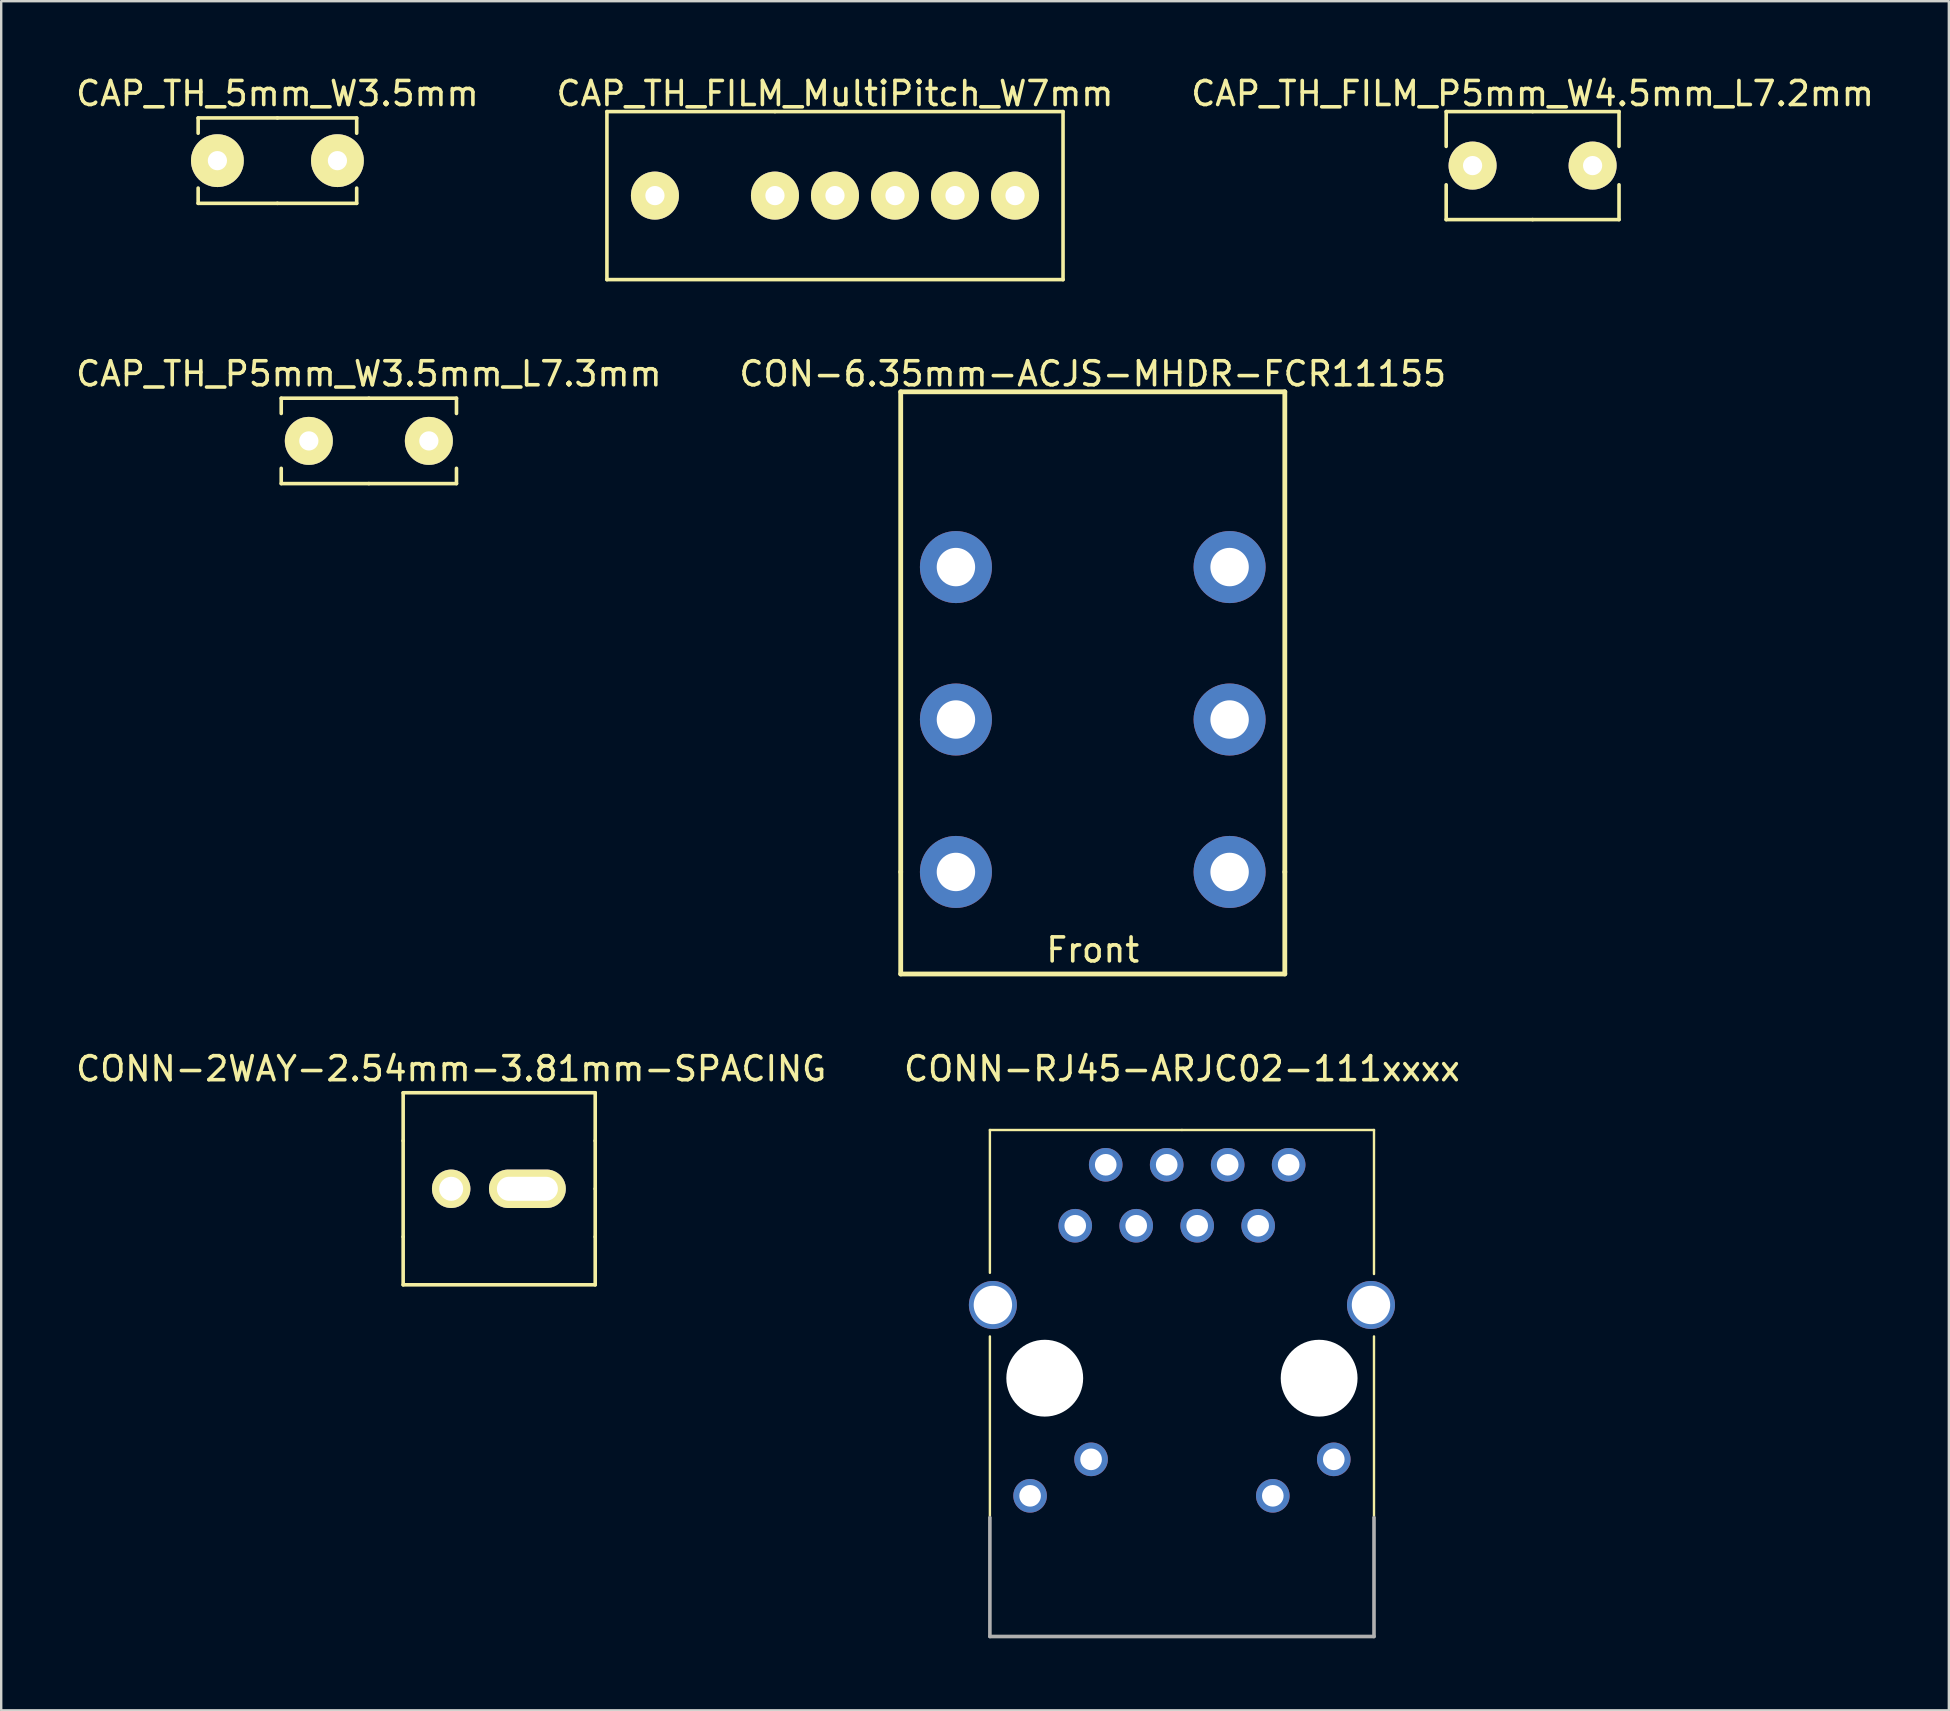
<source format=kicad_pcb>
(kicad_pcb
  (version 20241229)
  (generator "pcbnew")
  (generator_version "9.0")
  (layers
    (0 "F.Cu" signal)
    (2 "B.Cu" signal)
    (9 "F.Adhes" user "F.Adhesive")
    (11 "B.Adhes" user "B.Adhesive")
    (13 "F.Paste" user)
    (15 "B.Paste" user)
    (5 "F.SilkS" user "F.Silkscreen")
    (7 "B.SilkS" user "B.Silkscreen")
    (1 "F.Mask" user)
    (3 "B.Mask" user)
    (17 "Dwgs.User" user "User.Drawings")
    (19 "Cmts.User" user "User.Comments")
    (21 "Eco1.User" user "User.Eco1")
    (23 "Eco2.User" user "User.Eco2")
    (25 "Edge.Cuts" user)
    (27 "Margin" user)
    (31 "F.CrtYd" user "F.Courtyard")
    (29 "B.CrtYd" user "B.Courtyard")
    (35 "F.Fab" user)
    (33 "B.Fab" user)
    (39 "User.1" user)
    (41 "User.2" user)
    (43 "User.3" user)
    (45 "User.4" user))
  (footprint "CAP_TH_5mm_W3.5mm"
    (layer "F.Cu")
    (at 8.506 3.642)
    (property "Reference" "CAP_TH_5mm_W3.5mm" (at 0 -2.794 0) (layer "F.SilkS") (effects (font (size 1 1) (thickness 0.15))))
    (attr through_hole)
    (fp_line (start -3.302 -1.778) (end -3.302 -1.143) (stroke (width 0.15) (type solid)) (layer "F.SilkS"))
    (fp_line (start -3.302 1.778) (end -3.302 1.143) (stroke (width 0.15) (type solid)) (layer "F.SilkS"))
    (fp_line (start -3.302 1.778) (end 0 1.778) (stroke (width 0.15) (type solid)) (layer "F.SilkS"))
    (fp_line (start 0 -1.778) (end -3.302 -1.778) (stroke (width 0.15) (type solid)) (layer "F.SilkS"))
    (fp_line (start 0 -1.778) (end 3.302 -1.778) (stroke (width 0.15) (type solid)) (layer "F.SilkS"))
    (fp_line (start 0 1.778) (end 3.302 1.778) (stroke (width 0.15) (type solid)) (layer "F.SilkS"))
    (fp_line (start 3.302 -1.778) (end 3.302 -1.143) (stroke (width 0.15) (type solid)) (layer "F.SilkS"))
    (fp_line (start 3.302 1.778) (end 3.302 1.143) (stroke (width 0.15) (type solid)) (layer "F.SilkS"))
    (pad "1" thru_hole circle (at -2.5 0) (size 2.2 2.2) (drill 0.8) (layers "*.Cu" "*.Mask" "F.SilkS"))
    (pad "2" thru_hole circle (at 2.5 0) (size 2.2 2.2) (drill 0.8) (layers "*.Cu" "*.Mask" "F.SilkS")))
  (footprint "CONN-RJ45-ARJC02-111xxxx"
    (layer "F.Cu")
    (at 46.185 45.47)
    (property "Reference" "CONN-RJ45-ARJC02-111xxxx" (at 0 -4 0) (layer "F.SilkS") (effects (font (size 1 1) (thickness 0.15))))
    (attr through_hole)
    (fp_line (start -8 -1.45) (end -8 4.5) (stroke (width 0.1) (type solid)) (layer "F.SilkS"))
    (fp_line (start -8 7.15) (end -8 14.7) (stroke (width 0.1) (type solid)) (layer "F.SilkS"))
    (fp_line (start 0 -1.45) (end -8 -1.45) (stroke (width 0.1) (type solid)) (layer "F.SilkS"))
    (fp_line (start 0 -1.45) (end 8 -1.45) (stroke (width 0.1) (type solid)) (layer "F.SilkS"))
    (fp_line (start 8 4.55) (end 8 -1.45) (stroke (width 0.1) (type solid)) (layer "F.SilkS"))
    (fp_line (start 8 14.7) (end 8 7.15) (stroke (width 0.1) (type solid)) (layer "F.SilkS"))
    (fp_line (start -8 19.65) (end -8 14.7) (stroke (width 0.15) (type solid)) (layer "F.Fab"))
    (fp_line (start 8 14.7) (end 8 19.65) (stroke (width 0.15) (type solid)) (layer "F.Fab"))
    (fp_line (start 8 19.65) (end -8 19.65) (stroke (width 0.15) (type solid)) (layer "F.Fab"))
    (pad "" np_thru_hole circle (at -5.715 8.89) (size 3.2 3.2) (drill 3.2) (layers "*.Cu" "*.Mask"))
    (pad "" np_thru_hole circle (at 5.715 8.89) (size 3.2 3.2) (drill 3.2) (layers "*.Cu" "*.Mask"))
    (pad "1" thru_hole circle (at -4.445 2.54) (size 1.4 1.4) (drill 0.9) (layers "*.Cu" "*.Mask"))
    (pad "2" thru_hole circle (at -3.175 0) (size 1.4 1.4) (drill 0.9) (layers "*.Cu" "*.Mask"))
    (pad "3" thru_hole circle (at -1.905 2.54) (size 1.4 1.4) (drill 0.9) (layers "*.Cu" "*.Mask"))
    (pad "4" thru_hole circle (at -0.635 0) (size 1.4 1.4) (drill 0.9) (layers "*.Cu" "*.Mask"))
    (pad "5" thru_hole circle (at 0.635 2.54) (size 1.4 1.4) (drill 0.9) (layers "*.Cu" "*.Mask"))
    (pad "6" thru_hole circle (at 1.905 0) (size 1.4 1.4) (drill 0.9) (layers "*.Cu" "*.Mask"))
    (pad "7" thru_hole circle (at 3.175 2.54) (size 1.4 1.4) (drill 0.9) (layers "*.Cu" "*.Mask"))
    (pad "8" thru_hole circle (at 4.445 0) (size 1.4 1.4) (drill 0.9) (layers "*.Cu" "*.Mask"))
    (pad "9" thru_hole circle (at -6.325 13.79) (size 1.4 1.4) (drill 0.9) (layers "*.Cu" "*.Mask"))
    (pad "10" thru_hole circle (at -3.785 12.27) (size 1.4 1.4) (drill 0.9) (layers "*.Cu" "*.Mask"))
    (pad "11" thru_hole circle (at 3.785 13.79) (size 1.4 1.4) (drill 0.9) (layers "*.Cu" "*.Mask"))
    (pad "12" thru_hole circle (at 6.325 12.27) (size 1.4 1.4) (drill 0.9) (layers "*.Cu" "*.Mask"))
    (pad "13" thru_hole circle (at -7.875 5.84) (size 2 2) (drill 1.6) (layers "*.Cu" "*.Mask"))
    (pad "13" thru_hole circle (at 7.875 5.84) (size 2 2) (drill 1.6) (layers "*.Cu" "*.Mask")))
  (footprint "CAP_TH_P5mm_W3.5mm_L7.3mm"
    (layer "F.Cu")
    (at 12.315 15.316)
    (property "Reference" "CAP_TH_P5mm_W3.5mm_L7.3mm" (at 0 -2.794 0) (layer "F.SilkS") (effects (font (size 1 1) (thickness 0.15))))
    (attr through_hole)
    (fp_line (start -3.65 -1.778) (end -3.65 -1.143) (stroke (width 0.15) (type solid)) (layer "F.SilkS"))
    (fp_line (start -3.65 1.778) (end -3.65 1.143) (stroke (width 0.15) (type solid)) (layer "F.SilkS"))
    (fp_line (start -3.65 1.778) (end 0 1.778) (stroke (width 0.15) (type solid)) (layer "F.SilkS"))
    (fp_line (start 0 -1.778) (end -3.65 -1.778) (stroke (width 0.15) (type solid)) (layer "F.SilkS"))
    (fp_line (start 0 -1.778) (end 3.65 -1.778) (stroke (width 0.15) (type solid)) (layer "F.SilkS"))
    (fp_line (start 0 1.778) (end 3.65 1.778) (stroke (width 0.15) (type solid)) (layer "F.SilkS"))
    (fp_line (start 3.65 -1.778) (end 3.65 -1.143) (stroke (width 0.15) (type solid)) (layer "F.SilkS"))
    (fp_line (start 3.65 1.778) (end 3.65 1.143) (stroke (width 0.15) (type solid)) (layer "F.SilkS"))
    (pad "1" thru_hole circle (at -2.5 0) (size 2 2) (drill 0.8) (layers "*.Cu" "*.Mask" "F.SilkS"))
    (pad "2" thru_hole circle (at 2.5 0) (size 2 2) (drill 0.8) (layers "*.Cu" "*.Mask" "F.SilkS")))
  (footprint "CAP_TH_FILM_MultiPitch_W7mm"
    (layer "F.Cu")
    (at 31.732 5.098)
    (property "Reference" "CAP_TH_FILM_MultiPitch_W7mm" (at 0 -4.25 0) (layer "F.SilkS") (effects (font (size 1 1) (thickness 0.15))))
    (attr through_hole)
    (fp_line (start -9.5 -3.5) (end -2.5 -3.5) (stroke (width 0.15) (type solid)) (layer "F.SilkS"))
    (fp_line (start -9.5 3.5) (end -9.5 -3.5) (stroke (width 0.15) (type solid)) (layer "F.SilkS"))
    (fp_line (start -2.5 -3.5) (end 9.5 -3.5) (stroke (width 0.15) (type solid)) (layer "F.SilkS"))
    (fp_line (start 9.5 -3.5) (end 9.5 3.5) (stroke (width 0.15) (type solid)) (layer "F.SilkS"))
    (fp_line (start 9.5 3.5) (end -9.5 3.5) (stroke (width 0.15) (type solid)) (layer "F.SilkS"))
    (pad "1" thru_hole circle (at -7.5 0) (size 2 2) (drill 0.8) (layers "*.Cu" "*.Mask" "F.SilkS"))
    (pad "2" thru_hole circle (at -2.5 0) (size 2 2) (drill 0.8) (layers "*.Cu" "*.Mask" "F.SilkS"))
    (pad "2" thru_hole circle (at 0 0) (size 2 2) (drill 0.8) (layers "*.Cu" "*.Mask" "F.SilkS"))
    (pad "2" thru_hole circle (at 2.5 0) (size 2 2) (drill 0.8) (layers "*.Cu" "*.Mask" "F.SilkS"))
    (pad "2" thru_hole circle (at 5 0) (size 2 2) (drill 0.8) (layers "*.Cu" "*.Mask" "F.SilkS"))
    (pad "2" thru_hole circle (at 7.5 0) (size 2 2) (drill 0.8) (layers "*.Cu" "*.Mask" "F.SilkS")))
  (footprint "CON-6.35mm-ACJS-MHDR-FCR11155"
    (layer "F.Cu")
    (at 42.47 33.272)
    (property "Reference" "CON-6.35mm-ACJS-MHDR-FCR11155" (at 0 -20.75 0) (layer "F.SilkS") (effects (font (size 1 1) (thickness 0.15))))
    (attr through_hole)
    (fp_line (start -8 -20) (end -8 0) (stroke (width 0.2) (type solid)) (layer "F.SilkS"))
    (fp_line (start -8 4.25) (end -8 0) (stroke (width 0.2) (type solid)) (layer "F.SilkS"))
    (fp_line (start 8 -20) (end -8 -20) (stroke (width 0.2) (type solid)) (layer "F.SilkS"))
    (fp_line (start 8 0) (end 8 -20) (stroke (width 0.2) (type solid)) (layer "F.SilkS"))
    (fp_line (start 8 0) (end 8 4.25) (stroke (width 0.2) (type solid)) (layer "F.SilkS"))
    (fp_line (start 8 4.25) (end -8 4.25) (stroke (width 0.2) (type solid)) (layer "F.SilkS"))
    (fp_text user "Front" (at 0 3.25 0) (layer "F.SilkS") (effects (font (size 1 1) (thickness 0.15))))
    (pad "1" thru_hole circle (at -5.7 0) (size 3 3) (drill 1.6) (layers "*.Cu" "*.Mask"))
    (pad "2" thru_hole circle (at -5.7 -6.35) (size 3 3) (drill 1.6) (layers "*.Cu" "*.Mask"))
    (pad "3" thru_hole circle (at -5.7 -12.7) (size 3 3) (drill 1.6) (layers "*.Cu" "*.Mask"))
    (pad "4" thru_hole circle (at 5.7 0) (size 3 3) (drill 1.6) (layers "*.Cu" "*.Mask"))
    (pad "5" thru_hole circle (at 5.7 -6.35) (size 3 3) (drill 1.6) (layers "*.Cu" "*.Mask"))
    (pad "6" thru_hole circle (at 5.7 -12.7) (size 3 3) (drill 1.6) (layers "*.Cu" "*.Mask")))
  (footprint "CONN-2WAY-2.54mm-3.81mm-SPACING"
    (layer "F.Cu")
    (at 15.744 46.47)
    (property "Reference" "CONN-2WAY-2.54mm-3.81mm-SPACING" (at 0 -5 0) (layer "F.SilkS") (effects (font (size 1 1) (thickness 0.15))))
    (attr through_hole)
    (fp_line (start -2 -2) (end -2 -4) (stroke (width 0.15) (type solid)) (layer "F.SilkS"))
    (fp_line (start -2 -2) (end -2 2) (stroke (width 0.15) (type solid)) (layer "F.SilkS"))
    (fp_line (start -2 4) (end -2 2) (stroke (width 0.15) (type solid)) (layer "F.SilkS"))
    (fp_line (start -2 4) (end 6 4) (stroke (width 0.15) (type solid)) (layer "F.SilkS"))
    (fp_line (start 6 -4) (end -2 -4) (stroke (width 0.15) (type solid)) (layer "F.SilkS"))
    (fp_line (start 6 -4) (end 6 -2) (stroke (width 0.15) (type solid)) (layer "F.SilkS"))
    (fp_line (start 6 0) (end 6 -2) (stroke (width 0.15) (type solid)) (layer "F.SilkS"))
    (fp_line (start 6 2) (end 6 0) (stroke (width 0.15) (type solid)) (layer "F.SilkS"))
    (fp_line (start 6 2) (end 6 4) (stroke (width 0.15) (type solid)) (layer "F.SilkS"))
    (pad "1" thru_hole circle (at 0 0) (size 1.6 1.6) (drill 1) (layers "*.Cu" "*.Mask" "F.SilkS"))
    (pad "2" thru_hole oval (at 3.175 0) (size 3.2 1.6) (drill oval 2.54 1) (layers "*.Cu" "*.Mask" "F.SilkS")))
  (footprint "CAP_TH_FILM_P5mm_W4.5mm_L7.2mm"
    (layer "F.Cu")
    (at 60.792 3.848)
    (property "Reference" "CAP_TH_FILM_P5mm_W4.5mm_L7.2mm" (at 0 -3 0) (layer "F.SilkS") (effects (font (size 1 1) (thickness 0.15))))
    (attr through_hole)
    (fp_line (start -3.6 -0.8) (end -3.6 -2.25) (stroke (width 0.15) (type solid)) (layer "F.SilkS"))
    (fp_line (start -3.6 2.25) (end -3.6 0.8) (stroke (width 0.15) (type solid)) (layer "F.SilkS"))
    (fp_line (start -3.6 2.25) (end 0 2.25) (stroke (width 0.15) (type solid)) (layer "F.SilkS"))
    (fp_line (start 0 -2.25) (end -3.6 -2.25) (stroke (width 0.15) (type solid)) (layer "F.SilkS"))
    (fp_line (start 0 -2.25) (end 3.6 -2.25) (stroke (width 0.15) (type solid)) (layer "F.SilkS"))
    (fp_line (start 0 2.25) (end 3.6 2.25) (stroke (width 0.15) (type solid)) (layer "F.SilkS"))
    (fp_line (start 3.6 -0.8) (end 3.6 -2.25) (stroke (width 0.15) (type solid)) (layer "F.SilkS"))
    (fp_line (start 3.6 2.25) (end 3.6 0.8) (stroke (width 0.15) (type solid)) (layer "F.SilkS"))
    (pad "1" thru_hole circle (at -2.5 0) (size 2 2) (drill 0.8) (layers "*.Cu" "*.Mask" "F.SilkS"))
    (pad "2" thru_hole circle (at 2.5 0) (size 2 2) (drill 0.8) (layers "*.Cu" "*.Mask" "F.SilkS")))
  (gr_rect
    (start -3 -3)
    (end 78.131 68.195)
    (stroke (width 0.1) (type default))
    (fill no)
    (layer "Edge.Cuts")))
</source>
